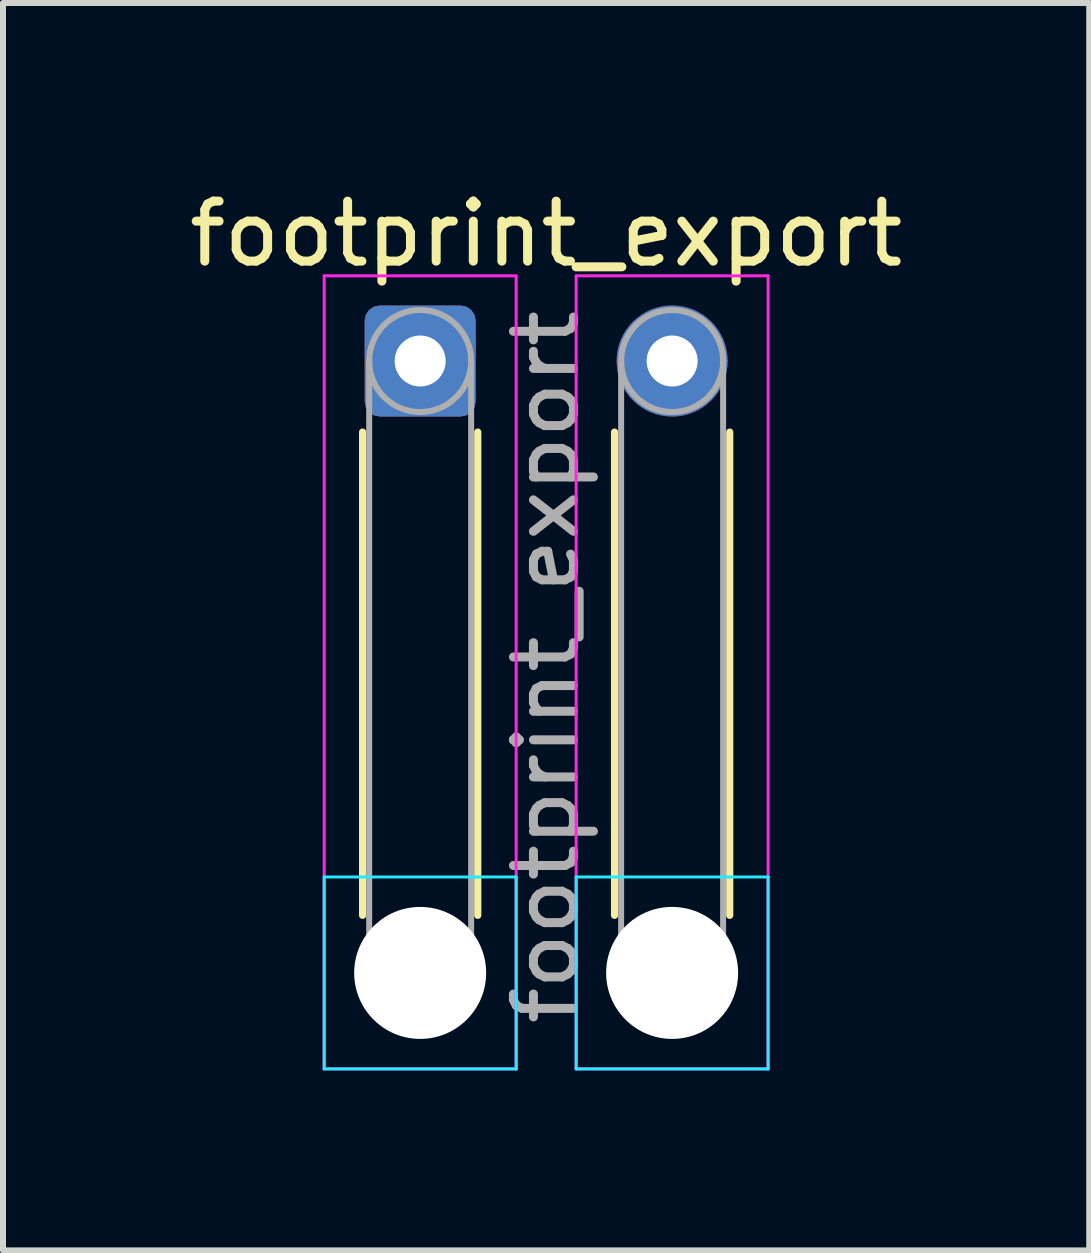
<source format=kicad_pcb>
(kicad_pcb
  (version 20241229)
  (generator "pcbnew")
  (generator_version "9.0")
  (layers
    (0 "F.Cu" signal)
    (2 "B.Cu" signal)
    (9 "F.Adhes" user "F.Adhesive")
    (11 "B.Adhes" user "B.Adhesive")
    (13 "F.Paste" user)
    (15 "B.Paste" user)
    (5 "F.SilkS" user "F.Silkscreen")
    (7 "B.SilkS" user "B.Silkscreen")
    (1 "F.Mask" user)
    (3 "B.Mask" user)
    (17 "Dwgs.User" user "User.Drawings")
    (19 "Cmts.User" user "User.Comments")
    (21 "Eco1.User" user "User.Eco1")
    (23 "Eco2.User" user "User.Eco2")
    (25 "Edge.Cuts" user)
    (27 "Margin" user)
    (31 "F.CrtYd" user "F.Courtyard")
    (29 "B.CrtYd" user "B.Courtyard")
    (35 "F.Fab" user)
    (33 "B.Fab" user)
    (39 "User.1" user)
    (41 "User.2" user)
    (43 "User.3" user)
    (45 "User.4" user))
  (footprint "footprint_export"
    (layer "F.Cu")
    (at 3.954 2.968)
    (property "Reference" "footprint_export" (at 2.1 -2.12 0) (layer "F.SilkS") (effects (font (size 1 1) (thickness 0.15))))
    (attr exclude_from_pos_files exclude_from_bom)
    (fp_line (start -0.96 1.185) (end -0.96 9.24) (stroke (width 0.12) (type solid)) (layer "F.SilkS"))
    (fp_line (start 0.96 1.185) (end 0.96 9.24) (stroke (width 0.12) (type solid)) (layer "F.SilkS"))
    (fp_line (start 3.24 1.185) (end 3.24 9.24) (stroke (width 0.12) (type solid)) (layer "F.SilkS"))
    (fp_line (start 5.16 1.185) (end 5.16 9.24) (stroke (width 0.12) (type solid)) (layer "F.SilkS"))
    (fp_line (start -1.6 8.6) (end -1.6 11.8) (stroke (width 0.05) (type solid)) (layer "B.CrtYd"))
    (fp_line (start -1.6 11.8) (end 1.6 11.8) (stroke (width 0.05) (type solid)) (layer "B.CrtYd"))
    (fp_line (start 1.6 8.6) (end -1.6 8.6) (stroke (width 0.05) (type solid)) (layer "B.CrtYd"))
    (fp_line (start 1.6 11.8) (end 1.6 8.6) (stroke (width 0.05) (type solid)) (layer "B.CrtYd"))
    (fp_line (start 2.6 8.6) (end 2.6 11.8) (stroke (width 0.05) (type solid)) (layer "B.CrtYd"))
    (fp_line (start 2.6 11.8) (end 5.8 11.8) (stroke (width 0.05) (type solid)) (layer "B.CrtYd"))
    (fp_line (start 5.8 8.6) (end 2.6 8.6) (stroke (width 0.05) (type solid)) (layer "B.CrtYd"))
    (fp_line (start 5.8 11.8) (end 5.8 8.6) (stroke (width 0.05) (type solid)) (layer "B.CrtYd"))
    (fp_line (start -1.6 -1.42) (end -1.6 11.8) (stroke (width 0.05) (type solid)) (layer "F.CrtYd"))
    (fp_line (start -1.6 11.8) (end 1.6 11.8) (stroke (width 0.05) (type solid)) (layer "F.CrtYd"))
    (fp_line (start 1.6 -1.42) (end -1.6 -1.42) (stroke (width 0.05) (type solid)) (layer "F.CrtYd"))
    (fp_line (start 1.6 11.8) (end 1.6 -1.42) (stroke (width 0.05) (type solid)) (layer "F.CrtYd"))
    (fp_line (start 2.6 -1.42) (end 2.6 11.8) (stroke (width 0.05) (type solid)) (layer "F.CrtYd"))
    (fp_line (start 2.6 11.8) (end 5.8 11.8) (stroke (width 0.05) (type solid)) (layer "F.CrtYd"))
    (fp_line (start 5.8 -1.42) (end 2.6 -1.42) (stroke (width 0.05) (type solid)) (layer "F.CrtYd"))
    (fp_line (start 5.8 11.8) (end 5.8 -1.42) (stroke (width 0.05) (type solid)) (layer "F.CrtYd"))
    (fp_line (start -0.85 0) (end -0.85 10.2) (stroke (width 0.1) (type solid)) (layer "F.Fab"))
    (fp_line (start 0.85 0) (end 0.85 10.2) (stroke (width 0.1) (type solid)) (layer "F.Fab"))
    (fp_line (start 3.35 0) (end 3.35 10.2) (stroke (width 0.1) (type solid)) (layer "F.Fab"))
    (fp_line (start 5.05 0) (end 5.05 10.2) (stroke (width 0.1) (type solid)) (layer "F.Fab"))
    (fp_circle (center 0 0) (end 0.85 0) (stroke (width 0.1) (type solid)) (fill no) (layer "F.Fab"))
    (fp_circle (center 0 10.2) (end 0.85 10.2) (stroke (width 0.1) (type solid)) (fill no) (layer "F.Fab"))
    (fp_circle (center 4.2 0) (end 5.05 0) (stroke (width 0.1) (type solid)) (fill no) (layer "F.Fab"))
    (fp_circle (center 4.2 10.2) (end 5.05 10.2) (stroke (width 0.1) (type solid)) (fill no) (layer "F.Fab"))
    (fp_text user "${REFERENCE}" (at 2.1 5.1 90) (layer "F.Fab") (effects (font (size 1 1) (thickness 0.15))))
    (pad "" np_thru_hole circle (at 0 10.2) (size 2.2 2.2) (drill 2.2) (layers "*.Cu" "*.Mask"))
    (pad "" np_thru_hole circle (at 4.2 10.2) (size 2.2 2.2) (drill 2.2) (layers "*.Cu" "*.Mask"))
    (pad "1" thru_hole roundrect (at 0 0) (size 1.85 1.85) (drill 0.85) (layers "*.Cu" "*.Mask") (roundrect_rratio 0.135))
    (pad "2" thru_hole circle (at 4.2 0) (size 1.85 1.85) (drill 0.85) (layers "*.Cu" "*.Mask")))
  (gr_rect
    (start -3 -3)
    (end 15.107 17.793)
    (stroke (width 0.1) (type default))
    (fill no)
    (layer "Edge.Cuts")))
</source>
